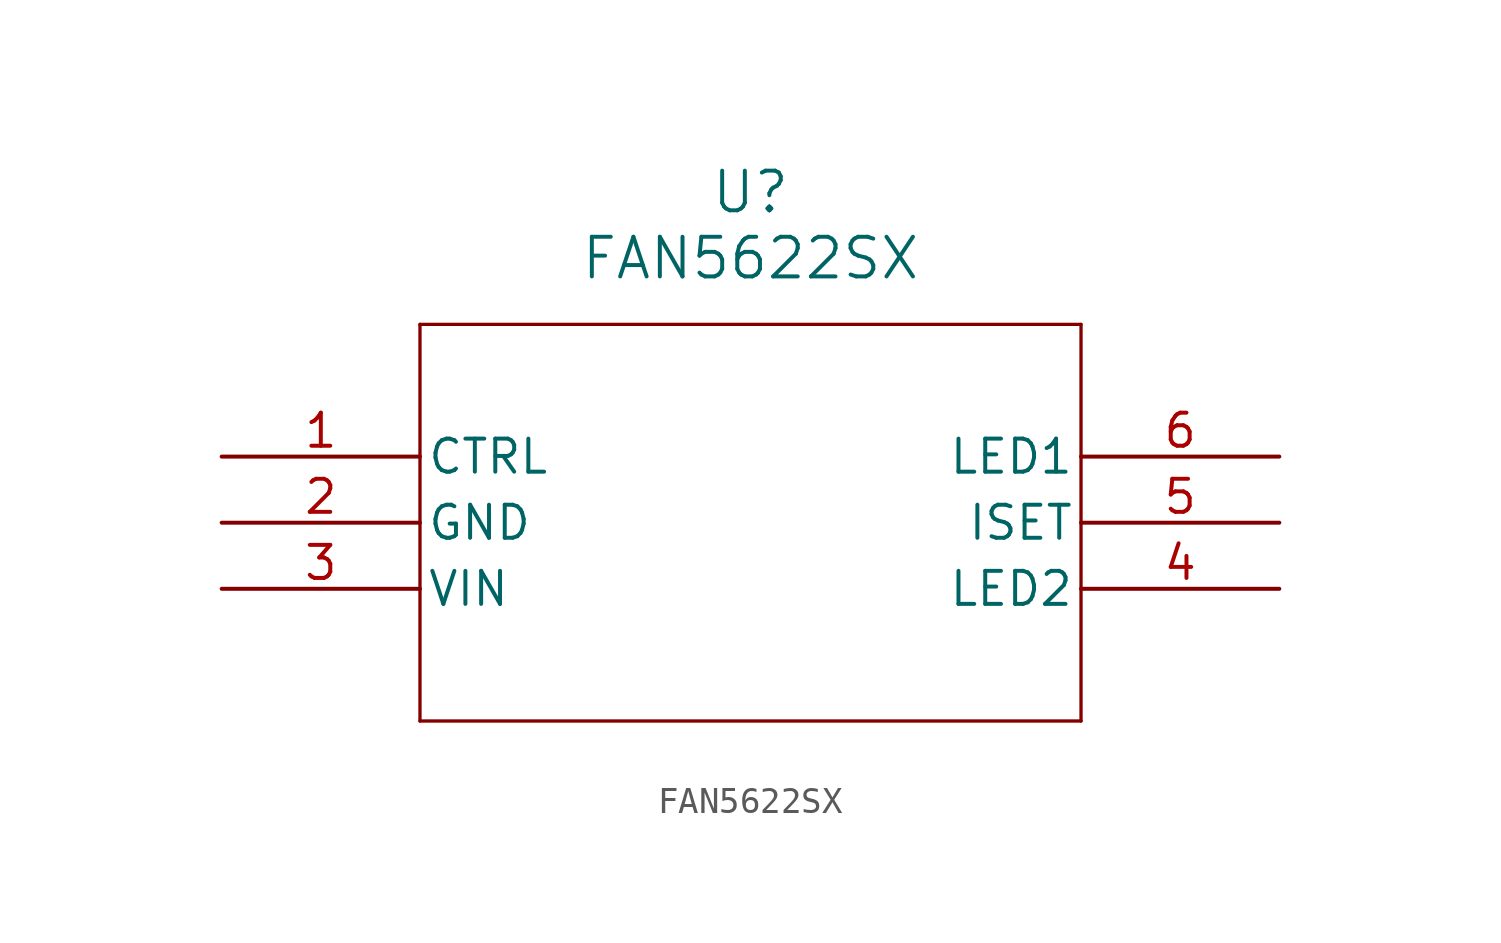
<source format=kicad_sym>
(kicad_symbol_lib
  (version 20211014)
  (generator kicad_symbol_editor)
  (symbol "FAN5622SX"
    (pin_names
      (offset 0.254))
    (property "Reference" "U"
      (at 20.32 10.16 0)
      (effects (font (size 1.524 1.524))))
    (property "Value" "FAN5622SX"
      (at 20.32 7.62 0)
      (effects (font (size 1.524 1.524))))
    (symbol "FAN5622SX_0_1"
      (polyline (pts (xy 7.62 5.08) (xy 7.62 -10.16)) (stroke (width 0.127) (type default) (color 0 0 0 0)) (fill (type none)))
      (polyline (pts (xy 7.62 -10.16) (xy 33.02 -10.16)) (stroke (width 0.127) (type default) (color 0 0 0 0)) (fill (type none)))
      (polyline (pts (xy 33.02 -10.16) (xy 33.02 5.08)) (stroke (width 0.127) (type default) (color 0 0 0 0)) (fill (type none)))
      (polyline (pts (xy 33.02 5.08) (xy 7.62 5.08)) (stroke (width 0.127) (type default) (color 0 0 0 0)) (fill (type none)))
      (pin unspecified line (at 0 0 0) (length 7.62) (name "CTRL" (effects (font (size 1.27 1.27)))) (number "1" (effects (font (size 1.27 1.27)))))
      (pin power_out line (at 0 -2.54 0) (length 7.62) (name "GND" (effects (font (size 1.27 1.27)))) (number "2" (effects (font (size 1.27 1.27)))))
      (pin unspecified line (at 0 -5.08 0) (length 7.62) (name "VIN" (effects (font (size 1.27 1.27)))) (number "3" (effects (font (size 1.27 1.27)))))
      (pin bidirectional line (at 40.64 -5.08 180) (length 7.62) (name "LED2" (effects (font (size 1.27 1.27)))) (number "4" (effects (font (size 1.27 1.27)))))
      (pin unspecified line (at 40.64 -2.54 180) (length 7.62) (name "ISET" (effects (font (size 1.27 1.27)))) (number "5" (effects (font (size 1.27 1.27)))))
      (pin bidirectional line (at 40.64 0 180) (length 7.62) (name "LED1" (effects (font (size 1.27 1.27)))) (number "6" (effects (font (size 1.27 1.27))))))))
</source>
